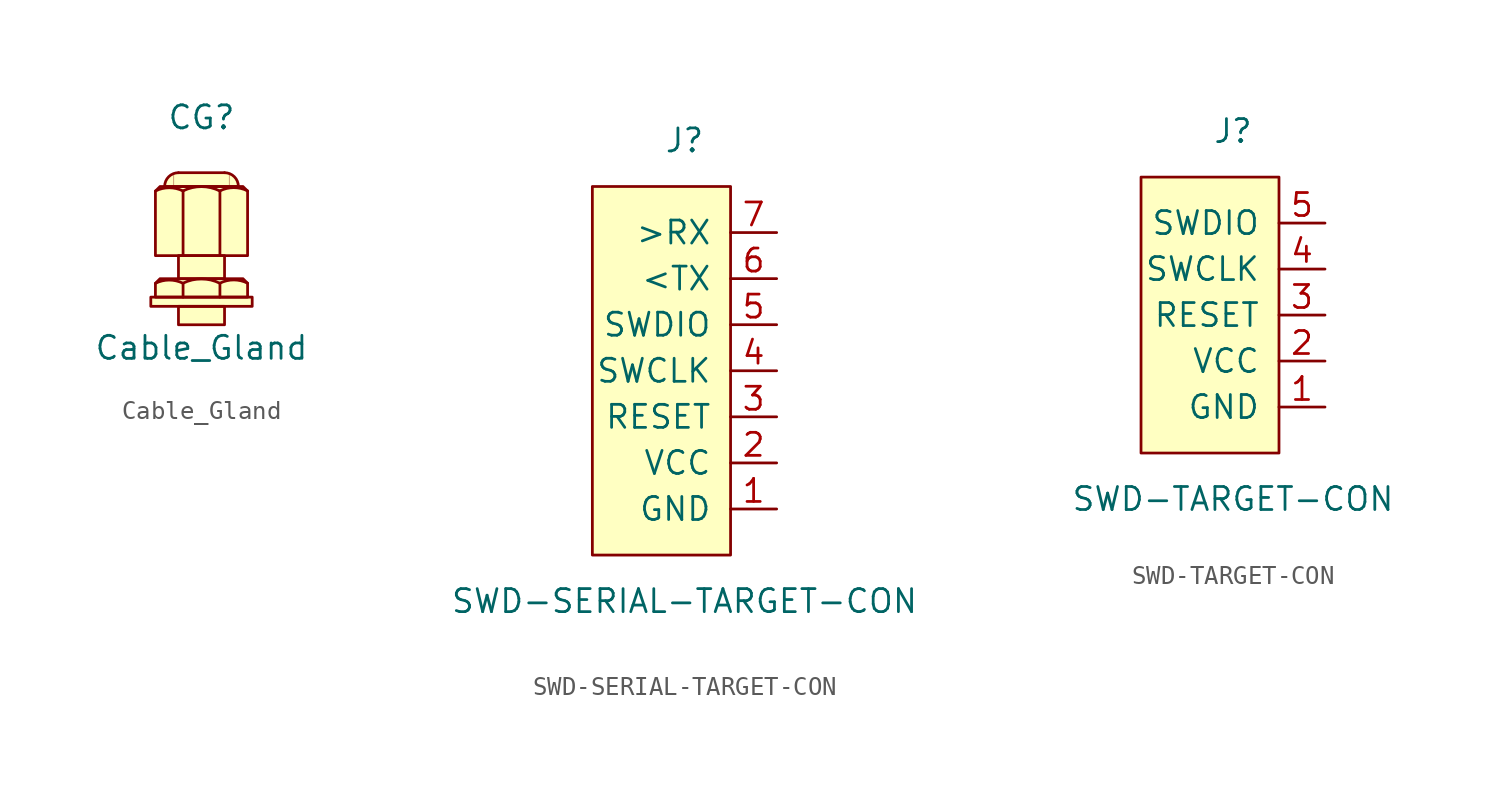
<source format=kicad_sym>
(kicad_symbol_lib
  (version 20211014)
  (generator kicad_symbol_editor)
  (symbol "Cable_Gland"
    (pin_numbers hide)
    (pin_names
      (offset 0) hide)
    (property "Reference" "CG"
      (at 0 2.54 0)
      (effects (font (size 1.27 1.27))))
    (property "Value" "Cable_Gland"
      (at 0 -10.16 0)
      (effects (font (size 1.27 1.27))))
    (symbol "Cable_Gland_0_1"
      (rectangle (start -2.794 -7.366) (end 2.794 -7.874) (stroke (width 0.152) (type default) (color 0 0 0 0)) (fill (type background)))
      (rectangle (start -1.524 -0.508) (end 1.524 -1.27) (stroke (width 0.0003) (type default) (color 0 0 0 0)) (fill (type background)))
      (rectangle (start -1.27 -7.874) (end 1.27 -8.89) (stroke (width 0.152) (type default) (color 0 0 0 0)) (fill (type background)))
      (rectangle (start -1.27 -5.08) (end 1.27 -6.35) (stroke (width 0.152) (type default) (color 0 0 0 0)) (fill (type background)))
      (arc (start -1.27 -0.508) (mid -1.8088 -0.7312) (end -2.032 -1.27) (stroke (width 0.1524) (type default) (color 0 0 0 0)) (fill (type background)))
      (arc (start -1.016 -6.604) (mid -1.778 -6.4249) (end -2.54 -6.604) (stroke (width 0.1524) (type default) (color 0 0 0 0)) (fill (type none)))
      (arc (start -1.016 -1.5167) (mid -1.778 -1.3376) (end -2.54 -1.5167) (stroke (width 0.1524) (type default) (color 0 0 0 0)) (fill (type none)))
      (polyline (pts (xy -2.032 -1.27) (xy 2.032 -1.27)) (stroke (width 0.152) (type default) (color 0 0 0 0)) (fill (type none)))
      (polyline (pts (xy -1.27 -0.508) (xy 1.27 -0.508)) (stroke (width 0.152) (type default) (color 0 0 0 0)) (fill (type none)))
      (polyline (pts (xy -1.016 -6.604) (xy -1.016 -7.366)) (stroke (width 0.152) (type default) (color 0 0 0 0)) (fill (type none)))
      (polyline (pts (xy -1.016 -1.524) (xy -1.016 -5.08)) (stroke (width 0.152) (type default) (color 0 0 0 0)) (fill (type none)))
      (polyline (pts (xy 1.016 -6.604) (xy 1.016 -7.366)) (stroke (width 0.152) (type default) (color 0 0 0 0)) (fill (type none)))
      (polyline (pts (xy 1.016 -1.524) (xy 1.016 -5.08)) (stroke (width 0.152) (type default) (color 0 0 0 0)) (fill (type none)))
      (polyline (pts (xy -2.54 -7.366) (xy -2.54 -6.604) (xy -2.286 -6.35) (xy 2.286 -6.35) (xy 2.54 -6.604) (xy 2.54 -7.366) (xy -2.54 -7.366)) (stroke (width 0.152) (type default) (color 0 0 0 0)) (fill (type background)))
      (polyline (pts (xy -2.54 -5.08) (xy 2.54 -5.08) (xy 2.54 -1.524) (xy 2.286 -1.27) (xy -2.286 -1.27) (xy -2.54 -1.524) (xy -2.54 -5.08)) (stroke (width 0.152) (type default) (color 0 0 0 0)) (fill (type background)))
      (arc (start 1.016 -6.604) (mid 0.0009 -6.3622) (end -1.016 -6.5967) (stroke (width 0.1524) (type default) (color 0 0 0 0)) (fill (type none)))
      (arc (start 1.016 -1.5167) (mid 0.0009 -1.2749) (end -1.016 -1.5094) (stroke (width 0.1524) (type default) (color 0 0 0 0)) (fill (type none)))
      (arc (start 2.032 -1.27) (mid 1.8088 -0.7312) (end 1.27 -0.508) (stroke (width 0.1524) (type default) (color 0 0 0 0)) (fill (type background)))
      (arc (start 2.54 -6.5967) (mid 1.778 -6.4176) (end 1.016 -6.5967) (stroke (width 0.1524) (type default) (color 0 0 0 0)) (fill (type none)))
      (arc (start 2.54 -1.5094) (mid 1.778 -1.3303) (end 1.016 -1.5094) (stroke (width 0.1524) (type default) (color 0 0 0 0)) (fill (type none)))))
  (symbol "SWD-SERIAL-TARGET-CON"
    (pin_names
      (offset 1.016))
    (property "Reference" "J"
      (at -2.54 12.7 0)
      (effects (font (size 1.27 1.27))))
    (property "Value" "SWD-SERIAL-TARGET-CON"
      (at -2.54 -12.7 0)
      (effects (font (size 1.27 1.27))))
    (symbol "SWD-SERIAL-TARGET-CON_0_1"
      (rectangle (start -7.62 10.16) (end 0 -10.16) (stroke (width 0) (type default) (color 0 0 0 0)) (fill (type background))))
    (symbol "SWD-SERIAL-TARGET-CON_1_1"
      (pin passive line (at 2.54 -7.62 180) (length 2.54) (name "GND" (effects (font (size 1.27 1.27)))) (number "1" (effects (font (size 1.27 1.27)))))
      (pin passive line (at 2.54 -5.08 180) (length 2.54) (name "VCC" (effects (font (size 1.27 1.27)))) (number "2" (effects (font (size 1.27 1.27)))))
      (pin passive line (at 2.54 -2.54 180) (length 2.54) (name "RESET" (effects (font (size 1.27 1.27)))) (number "3" (effects (font (size 1.27 1.27)))))
      (pin passive line (at 2.54 0 180) (length 2.54) (name "SWCLK" (effects (font (size 1.27 1.27)))) (number "4" (effects (font (size 1.27 1.27)))))
      (pin passive line (at 2.54 2.54 180) (length 2.54) (name "SWDIO" (effects (font (size 1.27 1.27)))) (number "5" (effects (font (size 1.27 1.27)))))
      (pin passive line (at 2.54 5.08 180) (length 2.54) (name "<TX" (effects (font (size 1.27 1.27)))) (number "6" (effects (font (size 1.27 1.27)))))
      (pin passive line (at 2.54 7.62 180) (length 2.54) (name ">RX" (effects (font (size 1.27 1.27)))) (number "7" (effects (font (size 1.27 1.27)))))))
  (symbol "SWD-TARGET-CON"
    (pin_names
      (offset 1.016))
    (property "Reference" "J"
      (at -2.54 10.16 0)
      (effects (font (size 1.27 1.27))))
    (property "Value" "SWD-TARGET-CON"
      (at -2.54 -10.16 0)
      (effects (font (size 1.27 1.27))))
    (symbol "SWD-TARGET-CON_0_1"
      (rectangle (start -7.62 7.62) (end 0 -7.62) (stroke (width 0) (type default) (color 0 0 0 0)) (fill (type background))))
    (symbol "SWD-TARGET-CON_1_1"
      (pin passive line (at 2.54 -5.08 180) (length 2.54) (name "GND" (effects (font (size 1.27 1.27)))) (number "1" (effects (font (size 1.27 1.27)))))
      (pin passive line (at 2.54 -2.54 180) (length 2.54) (name "VCC" (effects (font (size 1.27 1.27)))) (number "2" (effects (font (size 1.27 1.27)))))
      (pin passive line (at 2.54 0 180) (length 2.54) (name "RESET" (effects (font (size 1.27 1.27)))) (number "3" (effects (font (size 1.27 1.27)))))
      (pin passive line (at 2.54 2.54 180) (length 2.54) (name "SWCLK" (effects (font (size 1.27 1.27)))) (number "4" (effects (font (size 1.27 1.27)))))
      (pin passive line (at 2.54 5.08 180) (length 2.54) (name "SWDIO" (effects (font (size 1.27 1.27)))) (number "5" (effects (font (size 1.27 1.27))))))))
</source>
